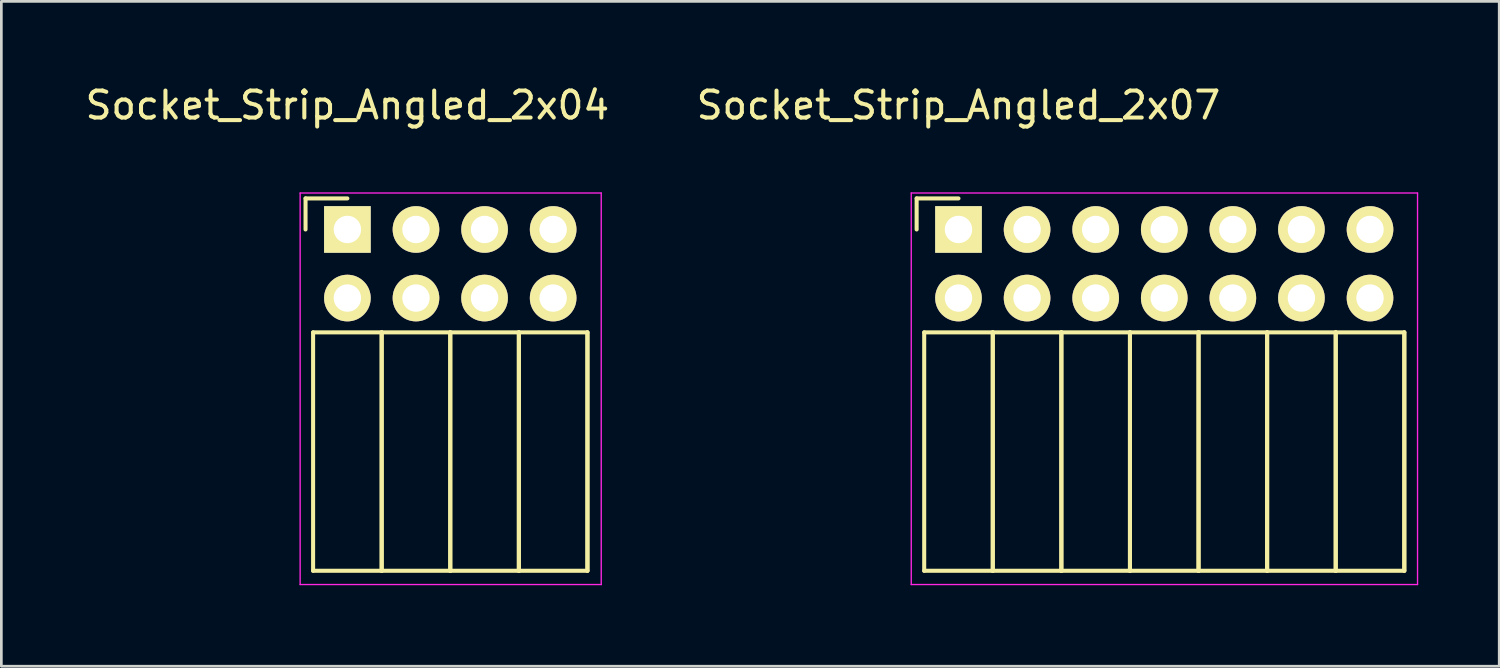
<source format=kicad_pcb>
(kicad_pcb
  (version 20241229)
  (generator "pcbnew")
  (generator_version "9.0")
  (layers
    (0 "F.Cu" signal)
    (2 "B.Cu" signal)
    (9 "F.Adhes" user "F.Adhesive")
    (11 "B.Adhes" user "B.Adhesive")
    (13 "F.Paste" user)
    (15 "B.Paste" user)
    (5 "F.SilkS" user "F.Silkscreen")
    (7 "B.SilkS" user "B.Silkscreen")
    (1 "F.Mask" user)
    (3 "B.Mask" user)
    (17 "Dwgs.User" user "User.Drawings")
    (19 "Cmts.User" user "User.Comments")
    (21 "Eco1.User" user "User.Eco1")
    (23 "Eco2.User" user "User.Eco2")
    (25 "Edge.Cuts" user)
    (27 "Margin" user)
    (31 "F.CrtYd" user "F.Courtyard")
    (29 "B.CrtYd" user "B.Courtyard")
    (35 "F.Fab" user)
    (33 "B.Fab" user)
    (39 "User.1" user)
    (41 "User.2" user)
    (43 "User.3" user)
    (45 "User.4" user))
  (footprint "Socket_Strip_Angled_2x07"
    (layer "F.Cu")
    (at 32.446 5.448)
    (property "Reference" "Socket_Strip_Angled_2x07" (at 0 -4.6 0) (layer "F.SilkS") (effects (font (size 1 1) (thickness 0.15))))
    (attr through_hole)
    (fp_line (start -1.55 -1.15) (end -1.55 0) (stroke (width 0.15) (type solid)) (layer "F.SilkS"))
    (fp_line (start -1.27 3.81) (end -1.27 12.64) (stroke (width 0.15) (type solid)) (layer "F.SilkS"))
    (fp_line (start -1.27 3.81) (end 1.27 3.81) (stroke (width 0.15) (type solid)) (layer "F.SilkS"))
    (fp_line (start -1.27 12.64) (end 1.27 12.64) (stroke (width 0.15) (type solid)) (layer "F.SilkS"))
    (fp_line (start 0 -1.15) (end -1.55 -1.15) (stroke (width 0.15) (type solid)) (layer "F.SilkS"))
    (fp_line (start 1.27 3.81) (end 1.27 12.64) (stroke (width 0.15) (type solid)) (layer "F.SilkS"))
    (fp_line (start 1.27 3.81) (end 3.81 3.81) (stroke (width 0.15) (type solid)) (layer "F.SilkS"))
    (fp_line (start 1.27 12.64) (end 1.27 3.81) (stroke (width 0.15) (type solid)) (layer "F.SilkS"))
    (fp_line (start 1.27 12.64) (end 3.81 12.64) (stroke (width 0.15) (type solid)) (layer "F.SilkS"))
    (fp_line (start 3.81 3.81) (end 3.81 12.64) (stroke (width 0.15) (type solid)) (layer "F.SilkS"))
    (fp_line (start 3.81 3.81) (end 6.35 3.81) (stroke (width 0.15) (type solid)) (layer "F.SilkS"))
    (fp_line (start 3.81 12.64) (end 3.81 3.81) (stroke (width 0.15) (type solid)) (layer "F.SilkS"))
    (fp_line (start 3.81 12.64) (end 6.35 12.64) (stroke (width 0.15) (type solid)) (layer "F.SilkS"))
    (fp_line (start 6.35 3.81) (end 6.35 12.64) (stroke (width 0.15) (type solid)) (layer "F.SilkS"))
    (fp_line (start 6.35 3.81) (end 8.89 3.81) (stroke (width 0.15) (type solid)) (layer "F.SilkS"))
    (fp_line (start 6.35 12.64) (end 6.35 3.81) (stroke (width 0.15) (type solid)) (layer "F.SilkS"))
    (fp_line (start 6.35 12.64) (end 8.89 12.64) (stroke (width 0.15) (type solid)) (layer "F.SilkS"))
    (fp_line (start 8.89 3.81) (end 8.89 12.64) (stroke (width 0.15) (type solid)) (layer "F.SilkS"))
    (fp_line (start 8.89 3.81) (end 11.43 3.81) (stroke (width 0.15) (type solid)) (layer "F.SilkS"))
    (fp_line (start 8.89 12.64) (end 8.89 3.81) (stroke (width 0.15) (type solid)) (layer "F.SilkS"))
    (fp_line (start 8.89 12.64) (end 11.43 12.64) (stroke (width 0.15) (type solid)) (layer "F.SilkS"))
    (fp_line (start 11.43 3.81) (end 11.43 12.64) (stroke (width 0.15) (type solid)) (layer "F.SilkS"))
    (fp_line (start 11.43 3.81) (end 13.97 3.81) (stroke (width 0.15) (type solid)) (layer "F.SilkS"))
    (fp_line (start 11.43 12.64) (end 11.43 3.81) (stroke (width 0.15) (type solid)) (layer "F.SilkS"))
    (fp_line (start 11.43 12.64) (end 13.97 12.64) (stroke (width 0.15) (type solid)) (layer "F.SilkS"))
    (fp_line (start 13.97 3.81) (end 13.97 12.64) (stroke (width 0.15) (type solid)) (layer "F.SilkS"))
    (fp_line (start 13.97 3.81) (end 16.51 3.81) (stroke (width 0.15) (type solid)) (layer "F.SilkS"))
    (fp_line (start 13.97 12.64) (end 13.97 3.81) (stroke (width 0.15) (type solid)) (layer "F.SilkS"))
    (fp_line (start 13.97 12.64) (end 16.51 12.64) (stroke (width 0.15) (type solid)) (layer "F.SilkS"))
    (fp_line (start 16.51 3.81) (end 16.51 12.64) (stroke (width 0.15) (type solid)) (layer "F.SilkS"))
    (fp_line (start 16.51 12.64) (end 16.51 3.81) (stroke (width 0.15) (type solid)) (layer "F.SilkS"))
    (fp_line (start -1.75 -1.35) (end -1.75 13.15) (stroke (width 0.05) (type solid)) (layer "F.CrtYd"))
    (fp_line (start -1.75 -1.35) (end 17 -1.35) (stroke (width 0.05) (type solid)) (layer "F.CrtYd"))
    (fp_line (start -1.75 13.15) (end 17 13.15) (stroke (width 0.05) (type solid)) (layer "F.CrtYd"))
    (fp_line (start 17 -1.35) (end 17 13.15) (stroke (width 0.05) (type solid)) (layer "F.CrtYd"))
    (pad "1" thru_hole rect (at 0 0) (size 1.727 1.727) (drill 1.016) (layers "*.Cu" "*.Mask" "F.SilkS"))
    (pad "2" thru_hole oval (at 0 2.54) (size 1.727 1.727) (drill 1.016) (layers "*.Cu" "*.Mask" "F.SilkS"))
    (pad "3" thru_hole oval (at 2.54 0) (size 1.727 1.727) (drill 1.016) (layers "*.Cu" "*.Mask" "F.SilkS"))
    (pad "4" thru_hole oval (at 2.54 2.54) (size 1.727 1.727) (drill 1.016) (layers "*.Cu" "*.Mask" "F.SilkS"))
    (pad "5" thru_hole oval (at 5.08 0) (size 1.727 1.727) (drill 1.016) (layers "*.Cu" "*.Mask" "F.SilkS"))
    (pad "6" thru_hole oval (at 5.08 2.54) (size 1.727 1.727) (drill 1.016) (layers "*.Cu" "*.Mask" "F.SilkS"))
    (pad "7" thru_hole oval (at 7.62 0) (size 1.727 1.727) (drill 1.016) (layers "*.Cu" "*.Mask" "F.SilkS"))
    (pad "8" thru_hole oval (at 7.62 2.54) (size 1.727 1.727) (drill 1.016) (layers "*.Cu" "*.Mask" "F.SilkS"))
    (pad "9" thru_hole oval (at 10.16 0) (size 1.727 1.727) (drill 1.016) (layers "*.Cu" "*.Mask" "F.SilkS"))
    (pad "10" thru_hole oval (at 10.16 2.54) (size 1.727 1.727) (drill 1.016) (layers "*.Cu" "*.Mask" "F.SilkS"))
    (pad "11" thru_hole oval (at 12.7 0) (size 1.727 1.727) (drill 1.016) (layers "*.Cu" "*.Mask" "F.SilkS"))
    (pad "12" thru_hole oval (at 12.7 2.54) (size 1.727 1.727) (drill 1.016) (layers "*.Cu" "*.Mask" "F.SilkS"))
    (pad "13" thru_hole oval (at 15.24 0) (size 1.727 1.727) (drill 1.016) (layers "*.Cu" "*.Mask" "F.SilkS"))
    (pad "14" thru_hole oval (at 15.24 2.54) (size 1.727 1.727) (drill 1.016) (layers "*.Cu" "*.Mask" "F.SilkS")))
  (footprint "Socket_Strip_Angled_2x04"
    (layer "F.Cu")
    (at 9.815 5.448)
    (property "Reference" "Socket_Strip_Angled_2x04" (at 0 -4.6 0) (layer "F.SilkS") (effects (font (size 1 1) (thickness 0.15))))
    (attr through_hole)
    (fp_line (start -1.55 -1.15) (end -1.55 0) (stroke (width 0.15) (type solid)) (layer "F.SilkS"))
    (fp_line (start -1.27 3.81) (end -1.27 12.64) (stroke (width 0.15) (type solid)) (layer "F.SilkS"))
    (fp_line (start -1.27 3.81) (end 1.27 3.81) (stroke (width 0.15) (type solid)) (layer "F.SilkS"))
    (fp_line (start -1.27 12.64) (end 1.27 12.64) (stroke (width 0.15) (type solid)) (layer "F.SilkS"))
    (fp_line (start 0 -1.15) (end -1.55 -1.15) (stroke (width 0.15) (type solid)) (layer "F.SilkS"))
    (fp_line (start 1.27 3.81) (end 1.27 12.64) (stroke (width 0.15) (type solid)) (layer "F.SilkS"))
    (fp_line (start 1.27 3.81) (end 3.81 3.81) (stroke (width 0.15) (type solid)) (layer "F.SilkS"))
    (fp_line (start 1.27 12.64) (end 1.27 3.81) (stroke (width 0.15) (type solid)) (layer "F.SilkS"))
    (fp_line (start 1.27 12.64) (end 3.81 12.64) (stroke (width 0.15) (type solid)) (layer "F.SilkS"))
    (fp_line (start 3.81 3.81) (end 3.81 12.64) (stroke (width 0.15) (type solid)) (layer "F.SilkS"))
    (fp_line (start 3.81 3.81) (end 6.35 3.81) (stroke (width 0.15) (type solid)) (layer "F.SilkS"))
    (fp_line (start 3.81 12.64) (end 3.81 3.81) (stroke (width 0.15) (type solid)) (layer "F.SilkS"))
    (fp_line (start 3.81 12.64) (end 6.35 12.64) (stroke (width 0.15) (type solid)) (layer "F.SilkS"))
    (fp_line (start 6.35 3.81) (end 6.35 12.64) (stroke (width 0.15) (type solid)) (layer "F.SilkS"))
    (fp_line (start 6.35 3.81) (end 8.89 3.81) (stroke (width 0.15) (type solid)) (layer "F.SilkS"))
    (fp_line (start 6.35 12.64) (end 6.35 3.81) (stroke (width 0.15) (type solid)) (layer "F.SilkS"))
    (fp_line (start 6.35 12.64) (end 8.89 12.64) (stroke (width 0.15) (type solid)) (layer "F.SilkS"))
    (fp_line (start 8.89 3.81) (end 8.89 12.64) (stroke (width 0.15) (type solid)) (layer "F.SilkS"))
    (fp_line (start 8.89 12.64) (end 8.89 3.81) (stroke (width 0.15) (type solid)) (layer "F.SilkS"))
    (fp_line (start -1.75 -1.35) (end -1.75 13.15) (stroke (width 0.05) (type solid)) (layer "F.CrtYd"))
    (fp_line (start -1.75 -1.35) (end 9.4 -1.35) (stroke (width 0.05) (type solid)) (layer "F.CrtYd"))
    (fp_line (start -1.75 13.15) (end 9.4 13.15) (stroke (width 0.05) (type solid)) (layer "F.CrtYd"))
    (fp_line (start 9.4 -1.35) (end 9.4 13.15) (stroke (width 0.05) (type solid)) (layer "F.CrtYd"))
    (pad "1" thru_hole rect (at 0 0) (size 1.727 1.727) (drill 1.016) (layers "*.Cu" "*.Mask" "F.SilkS"))
    (pad "2" thru_hole oval (at 0 2.54) (size 1.727 1.727) (drill 1.016) (layers "*.Cu" "*.Mask" "F.SilkS"))
    (pad "3" thru_hole oval (at 2.54 0) (size 1.727 1.727) (drill 1.016) (layers "*.Cu" "*.Mask" "F.SilkS"))
    (pad "4" thru_hole oval (at 2.54 2.54) (size 1.727 1.727) (drill 1.016) (layers "*.Cu" "*.Mask" "F.SilkS"))
    (pad "5" thru_hole oval (at 5.08 0) (size 1.727 1.727) (drill 1.016) (layers "*.Cu" "*.Mask" "F.SilkS"))
    (pad "6" thru_hole oval (at 5.08 2.54) (size 1.727 1.727) (drill 1.016) (layers "*.Cu" "*.Mask" "F.SilkS"))
    (pad "7" thru_hole oval (at 7.62 0) (size 1.727 1.727) (drill 1.016) (layers "*.Cu" "*.Mask" "F.SilkS"))
    (pad "8" thru_hole oval (at 7.62 2.54) (size 1.727 1.727) (drill 1.016) (layers "*.Cu" "*.Mask" "F.SilkS")))
  (gr_rect
    (start -3 -3)
    (end 52.471 21.623)
    (stroke (width 0.1) (type default))
    (fill no)
    (layer "Edge.Cuts")))
</source>
